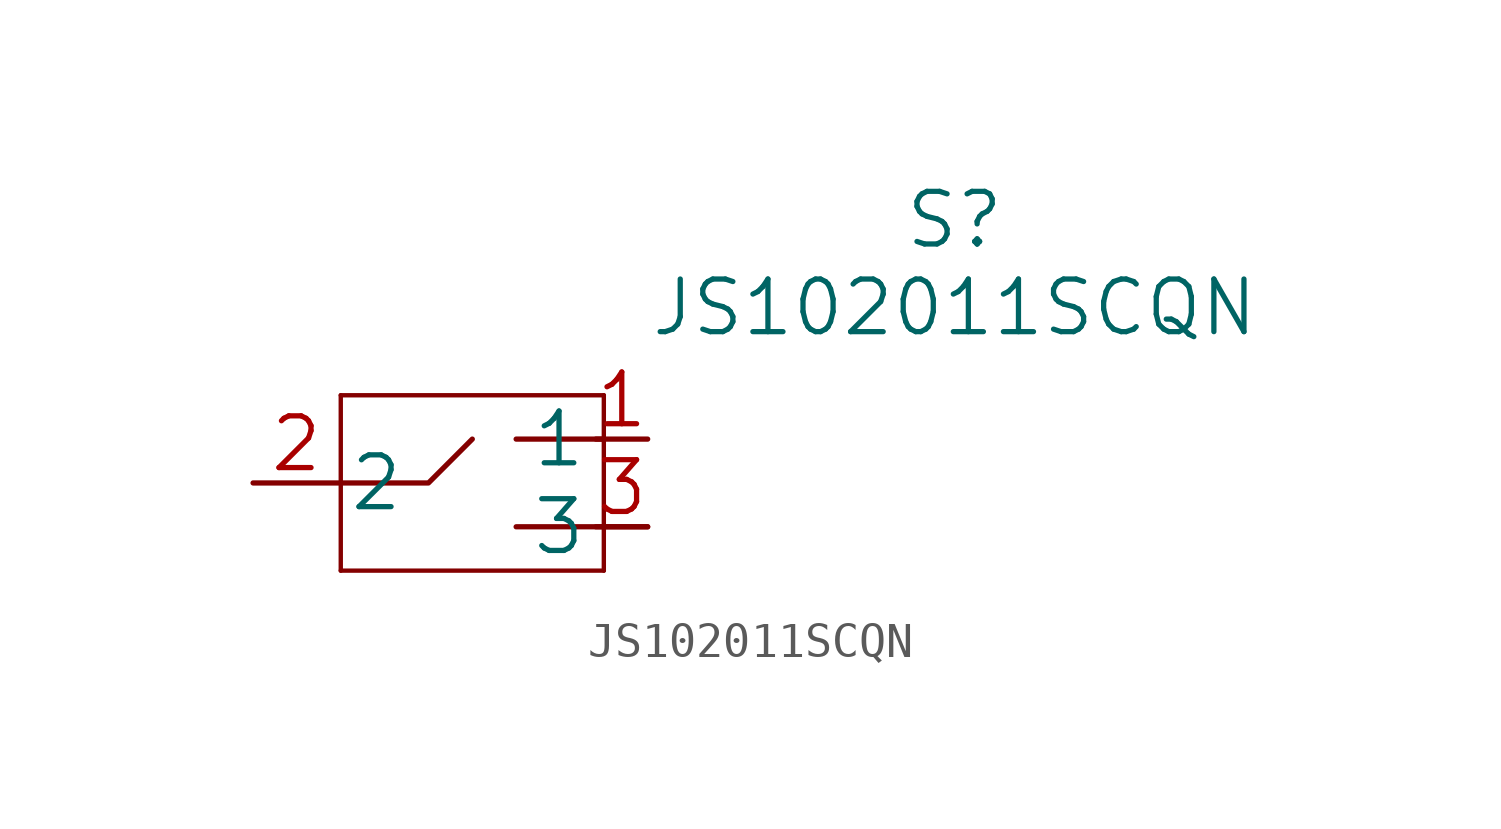
<source format=kicad_sym>
(kicad_symbol_lib
  (version 20211014)
  (generator kicad_symbol_editor)
  (symbol "JS102011SCQN"
    (pin_names
      (offset 0.254))
    (property "Reference" "S"
      (at 20.32 10.16 0)
      (effects (font (size 1.524 1.524))))
    (property "Value" "JS102011SCQN"
      (at 20.32 7.62 0)
      (effects (font (size 1.524 1.524))))
    (symbol "JS102011SCQN_1_1"
      (polyline (pts (xy 2.54 0) (xy 10.16 0)) (stroke (width 0.127) (type default) (color 0 0 0 0)) (fill (type none)))
      (polyline (pts (xy 2.54 5.08) (xy 2.54 0)) (stroke (width 0.127) (type default) (color 0 0 0 0)) (fill (type none)))
      (polyline (pts (xy 2.54 5.08) (xy 10.16 5.08)) (stroke (width 0.127) (type default) (color 0 0 0 0)) (fill (type none)))
      (polyline (pts (xy 7.62 1.27) (xy 11.43 1.27)) (stroke (width 0) (type default) (color 0 0 0 0)) (fill (type none)))
      (polyline (pts (xy 7.62 3.81) (xy 10.16 3.81)) (stroke (width 0) (type default) (color 0 0 0 0)) (fill (type none)))
      (polyline (pts (xy 10.16 5.08) (xy 10.16 0)) (stroke (width 0.127) (type default) (color 0 0 0 0)) (fill (type none)))
      (polyline (pts (xy 2.54 2.54) (xy 5.08 2.54) (xy 6.35 3.81)) (stroke (width 0) (type default) (color 0 0 0 0)) (fill (type none)))
      (pin passive line (at 11.43 3.81 180) (length 1.5) (name "1" (effects (font (size 1.499 1.499)))) (number "1" (effects (font (size 1.499 1.499)))))
      (pin passive line (at 0 2.54 0) (length 2.5) (name "2" (effects (font (size 1.499 1.499)))) (number "2" (effects (font (size 1.499 1.499)))))
      (pin passive line (at 11.43 1.27 180) (length 1.5) (name "3" (effects (font (size 1.499 1.499)))) (number "3" (effects (font (size 1.499 1.499))))))))
</source>
